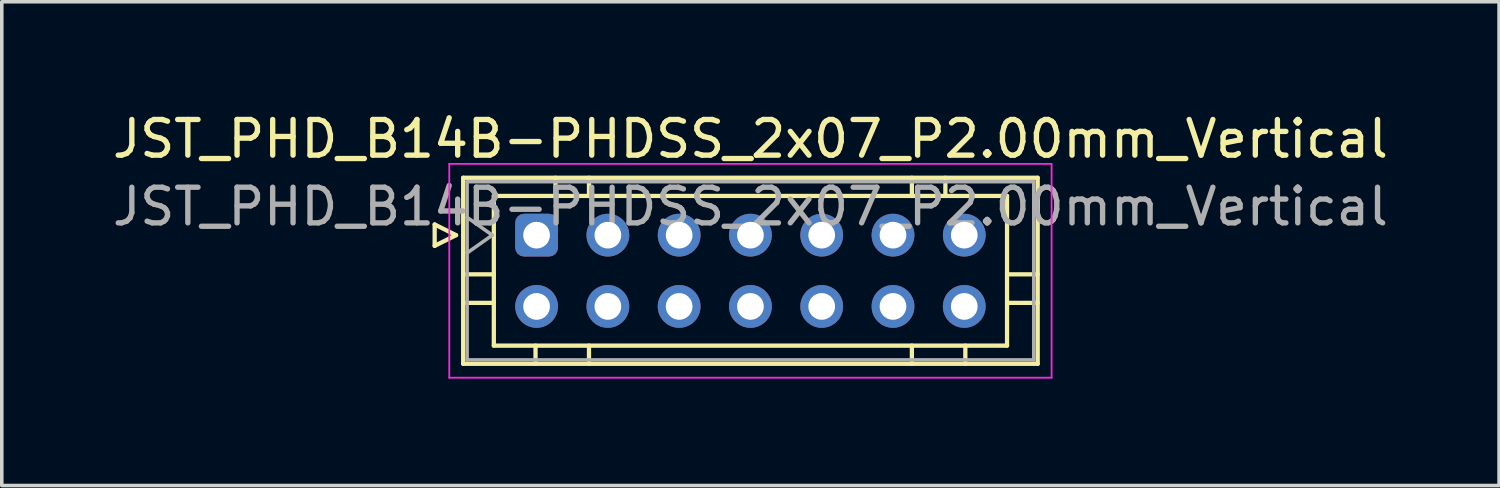
<source format=kicad_pcb>
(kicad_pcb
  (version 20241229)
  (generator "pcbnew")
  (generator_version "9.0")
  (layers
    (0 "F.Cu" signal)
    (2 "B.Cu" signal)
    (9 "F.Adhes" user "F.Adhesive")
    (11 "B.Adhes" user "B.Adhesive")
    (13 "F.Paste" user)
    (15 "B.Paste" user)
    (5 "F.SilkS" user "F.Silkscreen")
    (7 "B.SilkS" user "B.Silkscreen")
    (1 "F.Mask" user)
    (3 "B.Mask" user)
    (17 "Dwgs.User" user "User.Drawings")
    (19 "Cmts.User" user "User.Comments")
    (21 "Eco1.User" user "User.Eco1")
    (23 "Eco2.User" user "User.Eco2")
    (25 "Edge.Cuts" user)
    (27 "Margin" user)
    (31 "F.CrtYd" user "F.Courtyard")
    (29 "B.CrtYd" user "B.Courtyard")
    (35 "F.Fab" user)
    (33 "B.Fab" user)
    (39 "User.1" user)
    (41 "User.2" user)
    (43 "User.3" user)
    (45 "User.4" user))
  (footprint "JST_PHD_B14B-PHDSS_2x07_P2.00mm_Vertical"
    (layer "F.Cu")
    (at 12.006 3.548)
    (property "Reference" "JST_PHD_B14B-PHDSS_2x07_P2.00mm_Vertical" (at 6 -2.7 0) (layer "F.SilkS") (effects (font (size 1 1) (thickness 0.15))))
    (attr through_hole)
    (fp_line (start -2.86 -0.3) (end -2.26 0) (stroke (width 0.12) (type solid)) (layer "F.SilkS"))
    (fp_line (start -2.86 0.3) (end -2.86 -0.3) (stroke (width 0.12) (type solid)) (layer "F.SilkS"))
    (fp_line (start -2.26 0) (end -2.86 0.3) (stroke (width 0.12) (type solid)) (layer "F.SilkS"))
    (fp_line (start -2.06 -1.61) (end -2.06 3.61) (stroke (width 0.12) (type solid)) (layer "F.SilkS"))
    (fp_line (start -2.06 1.1) (end -1.2 1.1) (stroke (width 0.12) (type solid)) (layer "F.SilkS"))
    (fp_line (start -2.06 1.9) (end -1.2 1.9) (stroke (width 0.12) (type solid)) (layer "F.SilkS"))
    (fp_line (start -2.06 3.61) (end 14.06 3.61) (stroke (width 0.12) (type solid)) (layer "F.SilkS"))
    (fp_line (start -1.2 -1.1) (end -1.2 3.1) (stroke (width 0.12) (type solid)) (layer "F.SilkS"))
    (fp_line (start -1.2 3.1) (end 13.2 3.1) (stroke (width 0.12) (type solid)) (layer "F.SilkS"))
    (fp_line (start -0.03 3.61) (end -0.03 3.1) (stroke (width 0.12) (type solid)) (layer "F.SilkS"))
    (fp_line (start 0.53 -1.61) (end 0.53 -1.1) (stroke (width 0.12) (type solid)) (layer "F.SilkS"))
    (fp_line (start 1.47 -1.61) (end 1.47 -1.1) (stroke (width 0.12) (type solid)) (layer "F.SilkS"))
    (fp_line (start 1.47 3.61) (end 1.47 3.1) (stroke (width 0.12) (type solid)) (layer "F.SilkS"))
    (fp_line (start 10.53 -1.61) (end 10.53 -1.1) (stroke (width 0.12) (type solid)) (layer "F.SilkS"))
    (fp_line (start 10.53 3.61) (end 10.53 3.1) (stroke (width 0.12) (type solid)) (layer "F.SilkS"))
    (fp_line (start 11.47 -1.61) (end 11.47 -1.1) (stroke (width 0.12) (type solid)) (layer "F.SilkS"))
    (fp_line (start 12.03 3.61) (end 12.03 3.1) (stroke (width 0.12) (type solid)) (layer "F.SilkS"))
    (fp_line (start 13.2 -1.1) (end -1.2 -1.1) (stroke (width 0.12) (type solid)) (layer "F.SilkS"))
    (fp_line (start 13.2 3.1) (end 13.2 -1.1) (stroke (width 0.12) (type solid)) (layer "F.SilkS"))
    (fp_line (start 14.06 -1.61) (end -2.06 -1.61) (stroke (width 0.12) (type solid)) (layer "F.SilkS"))
    (fp_line (start 14.06 1.1) (end 13.2 1.1) (stroke (width 0.12) (type solid)) (layer "F.SilkS"))
    (fp_line (start 14.06 1.9) (end 13.2 1.9) (stroke (width 0.12) (type solid)) (layer "F.SilkS"))
    (fp_line (start 14.06 3.61) (end 14.06 -1.61) (stroke (width 0.12) (type solid)) (layer "F.SilkS"))
    (fp_line (start -2.45 -2) (end -2.45 4) (stroke (width 0.05) (type solid)) (layer "F.CrtYd"))
    (fp_line (start -2.45 4) (end 14.45 4) (stroke (width 0.05) (type solid)) (layer "F.CrtYd"))
    (fp_line (start 14.45 -2) (end -2.45 -2) (stroke (width 0.05) (type solid)) (layer "F.CrtYd"))
    (fp_line (start 14.45 4) (end 14.45 -2) (stroke (width 0.05) (type solid)) (layer "F.CrtYd"))
    (fp_line (start -1.95 -1.5) (end -1.95 3.5) (stroke (width 0.1) (type solid)) (layer "F.Fab"))
    (fp_line (start -1.95 0.5) (end -1.243 0) (stroke (width 0.1) (type solid)) (layer "F.Fab"))
    (fp_line (start -1.95 3.5) (end 13.95 3.5) (stroke (width 0.1) (type solid)) (layer "F.Fab"))
    (fp_line (start -1.243 0) (end -1.95 -0.5) (stroke (width 0.1) (type solid)) (layer "F.Fab"))
    (fp_line (start 13.95 -1.5) (end -1.95 -1.5) (stroke (width 0.1) (type solid)) (layer "F.Fab"))
    (fp_line (start 13.95 3.5) (end 13.95 -1.5) (stroke (width 0.1) (type solid)) (layer "F.Fab"))
    (fp_text user "${REFERENCE}" (at 6 -0.8 0) (layer "F.Fab") (effects (font (size 1 1) (thickness 0.15))))
    (pad "1" thru_hole roundrect (at 0 0) (size 1.2 1.2) (drill 0.75) (layers "*.Cu" "*.Mask") (roundrect_rratio 0.208))
    (pad "2" thru_hole circle (at 0 2) (size 1.2 1.2) (drill 0.75) (layers "*.Cu" "*.Mask"))
    (pad "3" thru_hole circle (at 2 0) (size 1.2 1.2) (drill 0.75) (layers "*.Cu" "*.Mask"))
    (pad "4" thru_hole circle (at 2 2) (size 1.2 1.2) (drill 0.75) (layers "*.Cu" "*.Mask"))
    (pad "5" thru_hole circle (at 4 0) (size 1.2 1.2) (drill 0.75) (layers "*.Cu" "*.Mask"))
    (pad "6" thru_hole circle (at 4 2) (size 1.2 1.2) (drill 0.75) (layers "*.Cu" "*.Mask"))
    (pad "7" thru_hole circle (at 6 0) (size 1.2 1.2) (drill 0.75) (layers "*.Cu" "*.Mask"))
    (pad "8" thru_hole circle (at 6 2) (size 1.2 1.2) (drill 0.75) (layers "*.Cu" "*.Mask"))
    (pad "9" thru_hole circle (at 8 0) (size 1.2 1.2) (drill 0.75) (layers "*.Cu" "*.Mask"))
    (pad "10" thru_hole circle (at 8 2) (size 1.2 1.2) (drill 0.75) (layers "*.Cu" "*.Mask"))
    (pad "11" thru_hole circle (at 10 0) (size 1.2 1.2) (drill 0.75) (layers "*.Cu" "*.Mask"))
    (pad "12" thru_hole circle (at 10 2) (size 1.2 1.2) (drill 0.75) (layers "*.Cu" "*.Mask"))
    (pad "13" thru_hole circle (at 12 0) (size 1.2 1.2) (drill 0.75) (layers "*.Cu" "*.Mask"))
    (pad "14" thru_hole circle (at 12 2) (size 1.2 1.2) (drill 0.75) (layers "*.Cu" "*.Mask")))
  (gr_rect
    (start -3 -3)
    (end 39.012 10.573)
    (stroke (width 0.1) (type default))
    (fill no)
    (layer "Edge.Cuts")))
</source>
